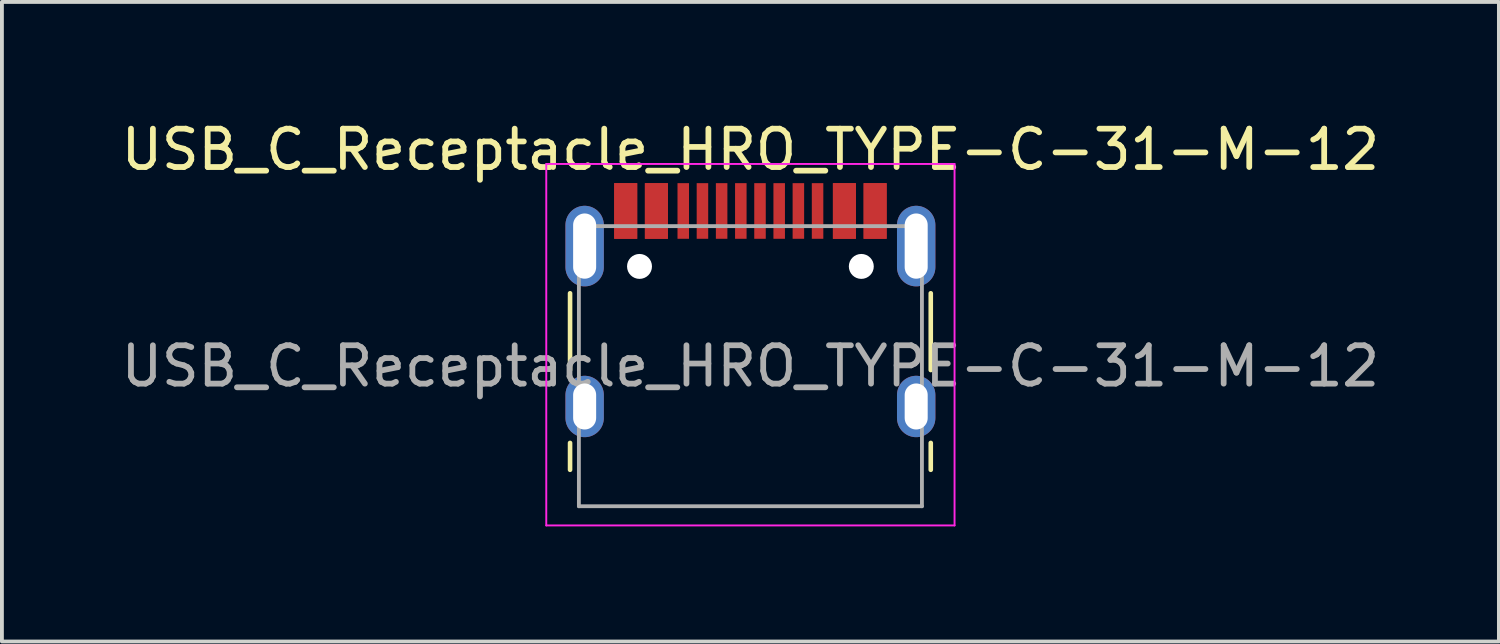
<source format=kicad_pcb>
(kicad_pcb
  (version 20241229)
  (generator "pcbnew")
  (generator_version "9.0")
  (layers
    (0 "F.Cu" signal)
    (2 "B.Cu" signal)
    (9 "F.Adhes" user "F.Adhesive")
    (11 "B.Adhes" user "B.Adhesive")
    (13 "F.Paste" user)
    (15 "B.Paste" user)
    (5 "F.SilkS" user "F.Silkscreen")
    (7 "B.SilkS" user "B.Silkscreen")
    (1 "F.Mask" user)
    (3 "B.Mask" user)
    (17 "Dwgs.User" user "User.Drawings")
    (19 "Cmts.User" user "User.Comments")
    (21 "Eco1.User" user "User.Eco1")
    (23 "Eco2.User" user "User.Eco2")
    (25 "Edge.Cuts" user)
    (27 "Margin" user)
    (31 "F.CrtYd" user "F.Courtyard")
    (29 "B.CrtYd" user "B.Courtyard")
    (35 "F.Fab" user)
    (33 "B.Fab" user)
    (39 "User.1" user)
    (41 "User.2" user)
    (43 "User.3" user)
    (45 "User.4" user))
  (footprint "USB_C_Receptacle_HRO_TYPE-C-31-M-12"
    (layer "F.Cu")
    (at 16.506 6.493)
    (property "Reference" "USB_C_Receptacle_HRO_TYPE-C-31-M-12" (at 0 -5.645 0) (layer "F.SilkS") (effects (font (size 1 1) (thickness 0.15))))
    (attr smd)
    (fp_line (start -4.7 -1.9) (end -4.7 0.1) (stroke (width 0.12) (type solid)) (layer "F.SilkS"))
    (fp_line (start -4.7 2) (end -4.7 2.7) (stroke (width 0.12) (type solid)) (layer "F.SilkS"))
    (fp_line (start 4.7 -1.9) (end 4.7 0.1) (stroke (width 0.12) (type solid)) (layer "F.SilkS"))
    (fp_line (start 4.7 2) (end 4.7 2.7) (stroke (width 0.12) (type solid)) (layer "F.SilkS"))
    (fp_line (start -5.32 -5.27) (end -5.32 4.15) (stroke (width 0.05) (type solid)) (layer "F.CrtYd"))
    (fp_line (start -5.32 -5.27) (end 5.32 -5.27) (stroke (width 0.05) (type solid)) (layer "F.CrtYd"))
    (fp_line (start -5.32 4.15) (end 5.32 4.15) (stroke (width 0.05) (type solid)) (layer "F.CrtYd"))
    (fp_line (start 5.32 -5.27) (end 5.32 4.15) (stroke (width 0.05) (type solid)) (layer "F.CrtYd"))
    (fp_line (start -4.47 -3.65) (end -4.47 3.65) (stroke (width 0.1) (type solid)) (layer "F.Fab"))
    (fp_line (start -4.47 -3.65) (end 4.47 -3.65) (stroke (width 0.1) (type solid)) (layer "F.Fab"))
    (fp_line (start -4.47 3.65) (end 4.47 3.65) (stroke (width 0.1) (type solid)) (layer "F.Fab"))
    (fp_line (start 4.47 -3.65) (end 4.47 3.65) (stroke (width 0.1) (type solid)) (layer "F.Fab"))
    (fp_text user "${REFERENCE}" (at 0 0 0) (layer "F.Fab") (effects (font (size 1 1) (thickness 0.15))))
    (pad "" np_thru_hole circle (at -2.89 -2.6) (size 0.65 0.65) (drill 0.65) (layers "*.Cu" "*.Mask"))
    (pad "" np_thru_hole circle (at 2.89 -2.6) (size 0.65 0.65) (drill 0.65) (layers "*.Cu" "*.Mask"))
    (pad "A1" smd rect (at -3.25 -4.045) (size 0.6 1.45) (layers "F.Cu" "F.Mask" "F.Paste"))
    (pad "A4" smd rect (at -2.45 -4.045) (size 0.6 1.45) (layers "F.Cu" "F.Mask" "F.Paste"))
    (pad "A5" smd rect (at -1.25 -4.045) (size 0.3 1.45) (layers "F.Cu" "F.Mask" "F.Paste"))
    (pad "A6" smd rect (at -0.25 -4.045) (size 0.3 1.45) (layers "F.Cu" "F.Mask" "F.Paste"))
    (pad "A7" smd rect (at 0.25 -4.045) (size 0.3 1.45) (layers "F.Cu" "F.Mask" "F.Paste"))
    (pad "A8" smd rect (at 1.25 -4.045) (size 0.3 1.45) (layers "F.Cu" "F.Mask" "F.Paste"))
    (pad "A9" smd rect (at 2.45 -4.045) (size 0.6 1.45) (layers "F.Cu" "F.Mask" "F.Paste"))
    (pad "A12" smd rect (at 3.25 -4.045) (size 0.6 1.45) (layers "F.Cu" "F.Mask" "F.Paste"))
    (pad "B1" smd rect (at 3.25 -4.045) (size 0.6 1.45) (layers "F.Cu" "F.Mask" "F.Paste"))
    (pad "B4" smd rect (at 2.45 -4.045) (size 0.6 1.45) (layers "F.Cu" "F.Mask" "F.Paste"))
    (pad "B5" smd rect (at 1.75 -4.045) (size 0.3 1.45) (layers "F.Cu" "F.Mask" "F.Paste"))
    (pad "B6" smd rect (at 0.75 -4.045) (size 0.3 1.45) (layers "F.Cu" "F.Mask" "F.Paste"))
    (pad "B7" smd rect (at -0.75 -4.045) (size 0.3 1.45) (layers "F.Cu" "F.Mask" "F.Paste"))
    (pad "B8" smd rect (at -1.75 -4.045) (size 0.3 1.45) (layers "F.Cu" "F.Mask" "F.Paste"))
    (pad "B9" smd rect (at -2.45 -4.045) (size 0.6 1.45) (layers "F.Cu" "F.Mask" "F.Paste"))
    (pad "B12" smd rect (at -3.25 -4.045) (size 0.6 1.45) (layers "F.Cu" "F.Mask" "F.Paste"))
    (pad "S1" thru_hole oval (at -4.32 -3.13) (size 1 2.1) (drill oval 0.6 1.7) (layers "*.Cu" "*.Mask"))
    (pad "S1" thru_hole oval (at -4.32 1.05) (size 1 1.6) (drill oval 0.6 1.2) (layers "*.Cu" "*.Mask"))
    (pad "S1" thru_hole oval (at 4.32 -3.13) (size 1 2.1) (drill oval 0.6 1.7) (layers "*.Cu" "*.Mask"))
    (pad "S1" thru_hole oval (at 4.32 1.05) (size 1 1.6) (drill oval 0.6 1.2) (layers "*.Cu" "*.Mask")))
  (gr_rect
    (start -3 -3)
    (end 36.012 13.668)
    (stroke (width 0.1) (type default))
    (fill no)
    (layer "Edge.Cuts")))
</source>
